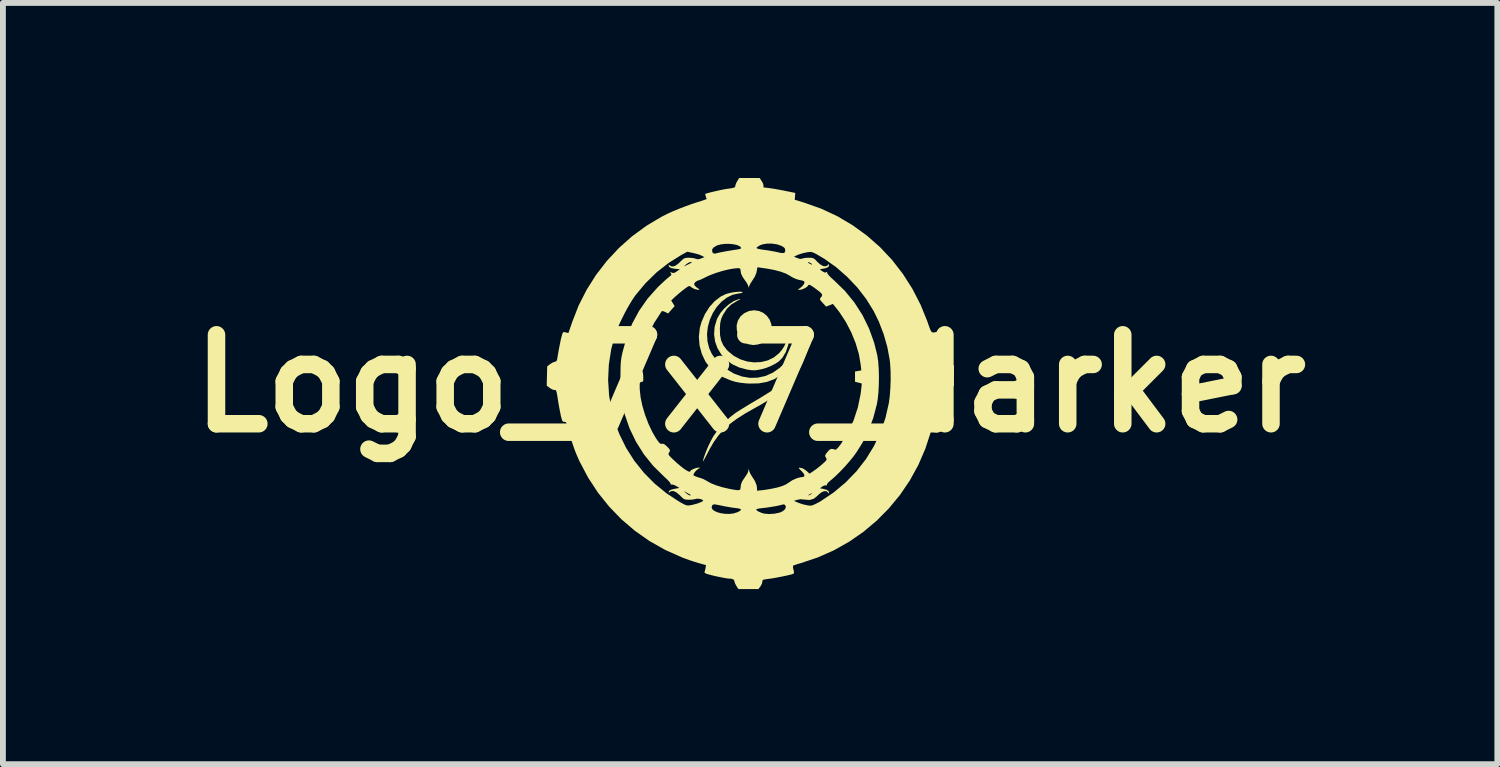
<source format=kicad_pcb>
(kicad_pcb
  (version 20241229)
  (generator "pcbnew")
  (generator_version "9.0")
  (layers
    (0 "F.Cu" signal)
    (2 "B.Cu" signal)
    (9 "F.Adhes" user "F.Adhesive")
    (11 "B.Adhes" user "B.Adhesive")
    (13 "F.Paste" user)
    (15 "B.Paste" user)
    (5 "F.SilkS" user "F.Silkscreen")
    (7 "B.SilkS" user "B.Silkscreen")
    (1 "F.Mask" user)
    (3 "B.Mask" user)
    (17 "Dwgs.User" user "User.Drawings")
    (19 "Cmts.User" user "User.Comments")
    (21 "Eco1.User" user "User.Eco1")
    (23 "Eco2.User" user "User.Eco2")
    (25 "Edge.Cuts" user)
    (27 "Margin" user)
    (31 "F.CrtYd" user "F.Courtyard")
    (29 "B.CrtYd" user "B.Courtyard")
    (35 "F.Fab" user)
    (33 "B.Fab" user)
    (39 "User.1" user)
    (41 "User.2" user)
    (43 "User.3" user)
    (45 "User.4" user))
  (footprint "Logo_7x7_darker"
    (layer "F.Cu")
    (at 9.804 3.522)
    (property "Reference" "Logo_7x7_darker" (at 0 0 0) (layer "F.SilkS") (effects (font (size 1.524 1.524) (thickness 0.3))))
    (attr board_only exclude_from_pos_files exclude_from_bom)
    (fp_poly (pts (xy 0.155 -1.242) (xy 0.23 -1.208) (xy 0.292 -1.155) (xy 0.338 -1.088) (xy 0.365 -1.011) (xy 0.37 -0.928) (xy 0.35 -0.843) (xy 0.338 -0.817) (xy 0.289 -0.752) (xy 0.221 -0.702) (xy 0.14 -0.67) (xy 0.055 -0.659) (xy -0.029 -0.673) (xy -0.037 -0.675) (xy -0.083 -0.7) (xy -0.131 -0.737) (xy -0.151 -0.757) (xy -0.202 -0.834) (xy -0.228 -0.917) (xy -0.23 -1.001) (xy -0.208 -1.08) (xy -0.164 -1.15) (xy -0.099 -1.206) (xy -0.018 -1.243) (xy 0.072 -1.255)) (stroke (width 0) (type solid)) (fill yes) (layer "F.SilkS"))
    (fp_poly (pts (xy 1.045 -0.81) (xy 1.039 -0.773) (xy 1.032 -0.742) (xy 0.972 -0.53) (xy 0.9 -0.348) (xy 0.837 -0.225) (xy 0.766 -0.114) (xy 0.684 -0.012) (xy 0.587 0.085) (xy 0.472 0.178) (xy 0.337 0.271) (xy 0.177 0.367) (xy 0.074 0.424) (xy -0.091 0.518) (xy -0.232 0.608) (xy -0.351 0.697) (xy -0.454 0.79) (xy -0.542 0.89) (xy -0.621 1) (xy -0.694 1.125) (xy -0.73 1.195) (xy -0.762 1.256) (xy -0.787 1.302) (xy -0.804 1.33) (xy -0.81 1.335) (xy -0.81 1.33) (xy -0.79 1.261) (xy -0.759 1.176) (xy -0.721 1.084) (xy -0.678 0.994) (xy -0.636 0.916) (xy -0.63 0.905) (xy -0.55 0.791) (xy -0.451 0.678) (xy -0.341 0.575) (xy -0.264 0.515) (xy -0.22 0.485) (xy -0.157 0.445) (xy -0.08 0.398) (xy 0.003 0.347) (xy 0.071 0.307) (xy 0.156 0.257) (xy 0.239 0.206) (xy 0.316 0.158) (xy 0.378 0.118) (xy 0.413 0.094) (xy 0.573 -0.038) (xy 0.715 -0.193) (xy 0.837 -0.367) (xy 0.937 -0.559) (xy 0.989 -0.691) (xy 1.014 -0.76) (xy 1.032 -0.804) (xy 1.042 -0.82)) (stroke (width 0) (type solid)) (fill yes) (layer "F.SilkS"))
    (fp_poly (pts (xy -0.174 -1.441) (xy -0.207 -1.423) (xy -0.218 -1.418) (xy -0.32 -1.356) (xy -0.398 -1.281) (xy -0.459 -1.186) (xy -0.464 -1.178) (xy -0.489 -1.123) (xy -0.504 -1.075) (xy -0.513 -1.023) (xy -0.517 -0.955) (xy -0.518 -0.944) (xy -0.515 -0.83) (xy -0.496 -0.735) (xy -0.457 -0.652) (xy -0.397 -0.574) (xy -0.377 -0.554) (xy -0.279 -0.474) (xy -0.169 -0.415) (xy -0.052 -0.378) (xy 0.069 -0.362) (xy 0.189 -0.368) (xy 0.303 -0.396) (xy 0.406 -0.446) (xy 0.495 -0.518) (xy 0.501 -0.525) (xy 0.547 -0.579) (xy 0.582 -0.633) (xy 0.613 -0.696) (xy 0.643 -0.778) (xy 0.649 -0.795) (xy 0.683 -0.899) (xy 0.675 -0.795) (xy 0.653 -0.658) (xy 0.613 -0.54) (xy 0.555 -0.443) (xy 0.498 -0.383) (xy 0.438 -0.342) (xy 0.361 -0.302) (xy 0.277 -0.268) (xy 0.198 -0.245) (xy 0.197 -0.245) (xy 0.129 -0.232) (xy 0.076 -0.226) (xy 0.024 -0.228) (xy -0.041 -0.237) (xy -0.052 -0.239) (xy -0.188 -0.275) (xy -0.309 -0.332) (xy -0.412 -0.408) (xy -0.496 -0.501) (xy -0.559 -0.605) (xy -0.6 -0.72) (xy -0.617 -0.842) (xy -0.608 -0.968) (xy -0.571 -1.095) (xy -0.559 -1.123) (xy -0.509 -1.208) (xy -0.441 -1.288) (xy -0.362 -1.358) (xy -0.279 -1.412) (xy -0.197 -1.444) (xy -0.186 -1.447) (xy -0.168 -1.449)) (stroke (width 0) (type solid)) (fill yes) (layer "F.SilkS"))
    (fp_poly (pts (xy -0.148 -1.572) (xy -0.129 -1.564) (xy -0.136 -1.554) (xy -0.169 -1.546) (xy -0.197 -1.543) (xy -0.302 -1.52) (xy -0.401 -1.471) (xy -0.492 -1.4) (xy -0.572 -1.311) (xy -0.639 -1.207) (xy -0.69 -1.093) (xy -0.724 -0.971) (xy -0.738 -0.846) (xy -0.73 -0.721) (xy -0.728 -0.713) (xy -0.7 -0.603) (xy -0.655 -0.506) (xy -0.59 -0.415) (xy -0.529 -0.349) (xy -0.407 -0.247) (xy -0.278 -0.171) (xy -0.143 -0.121) (xy -0.007 -0.097) (xy 0.129 -0.1) (xy 0.262 -0.129) (xy 0.389 -0.185) (xy 0.506 -0.267) (xy 0.572 -0.329) (xy 0.659 -0.437) (xy 0.73 -0.554) (xy 0.781 -0.676) (xy 0.81 -0.797) (xy 0.815 -0.907) (xy 0.814 -0.946) (xy 0.818 -0.966) (xy 0.823 -0.967) (xy 0.829 -0.947) (xy 0.836 -0.905) (xy 0.842 -0.849) (xy 0.843 -0.83) (xy 0.838 -0.675) (xy 0.805 -0.529) (xy 0.745 -0.393) (xy 0.657 -0.269) (xy 0.639 -0.248) (xy 0.534 -0.15) (xy 0.419 -0.077) (xy 0.291 -0.028) (xy 0.148 -0.002) (xy -0.012 0.001) (xy -0.067 -0.002) (xy -0.169 -0.013) (xy -0.257 -0.03) (xy -0.342 -0.057) (xy -0.436 -0.097) (xy -0.47 -0.112) (xy -0.549 -0.153) (xy -0.609 -0.192) (xy -0.658 -0.236) (xy -0.676 -0.255) (xy -0.765 -0.376) (xy -0.828 -0.509) (xy -0.866 -0.652) (xy -0.878 -0.8) (xy -0.862 -0.949) (xy -0.833 -1.054) (xy -0.773 -1.192) (xy -0.696 -1.312) (xy -0.605 -1.413) (xy -0.503 -1.49) (xy -0.417 -1.532) (xy -0.366 -1.547) (xy -0.306 -1.56) (xy -0.245 -1.569) (xy -0.19 -1.573)) (stroke (width 0) (type solid)) (fill yes) (layer "F.SilkS"))
    (fp_poly (pts (xy 0.201 -3.465) (xy 0.224 -3.422) (xy 0.23 -3.389) (xy 0.229 -3.384) (xy 0.229 -3.362) (xy 0.24 -3.359) (xy 0.279 -3.355) (xy 0.339 -3.347) (xy 0.415 -3.336) (xy 0.498 -3.321) (xy 0.582 -3.305) (xy 0.621 -3.297) (xy 0.774 -3.266) (xy 0.77 -3.207) (xy 0.765 -3.149) (xy 0.931 -3.098) (xy 1.221 -2.995) (xy 1.497 -2.866) (xy 1.757 -2.712) (xy 2 -2.536) (xy 2.226 -2.338) (xy 2.432 -2.119) (xy 2.617 -1.88) (xy 2.781 -1.623) (xy 2.922 -1.349) (xy 3.04 -1.058) (xy 3.048 -1.033) (xy 3.073 -0.962) (xy 3.092 -0.914) (xy 3.109 -0.887) (xy 3.128 -0.875) (xy 3.153 -0.875) (xy 3.186 -0.882) (xy 3.204 -0.885) (xy 3.218 -0.878) (xy 3.229 -0.857) (xy 3.242 -0.816) (xy 3.252 -0.776) (xy 3.27 -0.705) (xy 3.287 -0.628) (xy 3.299 -0.565) (xy 3.309 -0.505) (xy 3.318 -0.45) (xy 3.323 -0.419) (xy 3.333 -0.385) (xy 3.348 -0.376) (xy 3.353 -0.378) (xy 3.378 -0.375) (xy 3.415 -0.359) (xy 3.434 -0.347) (xy 3.493 -0.308) (xy 3.493 0.042) (xy 3.443 0.073) (xy 3.402 0.093) (xy 3.367 0.104) (xy 3.362 0.104) (xy 3.344 0.108) (xy 3.333 0.125) (xy 3.325 0.161) (xy 3.321 0.189) (xy 3.313 0.247) (xy 3.301 0.322) (xy 3.285 0.406) (xy 3.269 0.488) (xy 3.254 0.558) (xy 3.243 0.602) (xy 3.228 0.634) (xy 3.202 0.646) (xy 3.189 0.647) (xy 3.171 0.648) (xy 3.158 0.654) (xy 3.146 0.671) (xy 3.134 0.703) (xy 3.118 0.754) (xy 3.098 0.827) (xy 3.003 1.118) (xy 2.883 1.396) (xy 2.738 1.66) (xy 2.57 1.908) (xy 2.38 2.138) (xy 2.17 2.35) (xy 1.942 2.542) (xy 1.696 2.712) (xy 1.435 2.859) (xy 1.159 2.981) (xy 0.87 3.078) (xy 0.869 3.078) (xy 0.813 3.094) (xy 0.768 3.109) (xy 0.741 3.12) (xy 0.738 3.122) (xy 0.734 3.142) (xy 0.74 3.178) (xy 0.743 3.188) (xy 0.753 3.234) (xy 0.747 3.257) (xy 0.727 3.266) (xy 0.684 3.278) (xy 0.623 3.292) (xy 0.552 3.307) (xy 0.475 3.322) (xy 0.4 3.336) (xy 0.331 3.346) (xy 0.294 3.351) (xy 0.246 3.358) (xy 0.22 3.366) (xy 0.211 3.38) (xy 0.211 3.394) (xy 0.204 3.427) (xy 0.184 3.466) (xy 0.179 3.474) (xy 0.143 3.522) (xy -0.201 3.522) (xy -0.234 3.47) (xy -0.256 3.431) (xy -0.267 3.397) (xy -0.268 3.39) (xy -0.28 3.361) (xy -0.318 3.346) (xy -0.351 3.344) (xy -0.389 3.341) (xy -0.447 3.331) (xy -0.518 3.317) (xy -0.595 3.301) (xy -0.669 3.283) (xy -0.703 3.274) (xy -0.752 3.259) (xy -0.776 3.246) (xy -0.781 3.231) (xy -0.78 3.227) (xy -0.77 3.195) (xy -0.763 3.157) (xy -0.755 3.112) (xy -0.879 3.078) (xy -0.945 3.058) (xy -1.027 3.031) (xy -1.114 3) (xy -1.174 2.977) (xy -1.458 2.85) (xy -1.725 2.699) (xy -1.974 2.524) (xy -2.205 2.327) (xy -2.402 2.123) (xy -0.66 2.123) (xy -0.647 2.155) (xy -0.613 2.183) (xy -0.562 2.206) (xy -0.5 2.223) (xy -0.43 2.233) (xy -0.358 2.235) (xy -0.288 2.227) (xy -0.223 2.208) (xy -0.209 2.202) (xy -0.168 2.179) (xy -0.155 2.161) (xy -0.16 2.157) (xy 0.104 2.157) (xy 0.117 2.177) (xy 0.152 2.198) (xy 0.2 2.218) (xy 0.24 2.229) (xy 0.322 2.237) (xy 0.416 2.231) (xy 0.508 2.212) (xy 0.51 2.211) (xy 0.562 2.187) (xy 0.598 2.155) (xy 0.613 2.119) (xy 0.608 2.093) (xy 0.585 2.072) (xy 0.568 2.072) (xy 0.512 2.086) (xy 0.438 2.102) (xy 0.354 2.116) (xy 0.273 2.128) (xy 0.219 2.134) (xy 0.165 2.14) (xy 0.124 2.148) (xy 0.105 2.155) (xy 0.104 2.157) (xy -0.16 2.157) (xy -0.17 2.148) (xy -0.214 2.138) (xy -0.248 2.134) (xy -0.311 2.126) (xy -0.388 2.113) (xy -0.467 2.098) (xy -0.49 2.093) (xy -0.555 2.08) (xy -0.597 2.072) (xy -0.622 2.072) (xy -0.637 2.077) (xy -0.648 2.088) (xy -0.649 2.089) (xy -0.66 2.123) (xy -2.402 2.123) (xy -2.416 2.108) (xy -2.607 1.87) (xy -2.776 1.612) (xy -2.922 1.336) (xy -2.971 1.225) (xy -3.002 1.149) (xy -3.035 1.055) (xy -3.069 0.953) (xy -3.101 0.852) (xy -3.127 0.76) (xy -3.143 0.694) (xy -3.155 0.664) (xy -3.178 0.656) (xy -3.184 0.657) (xy -3.202 0.656) (xy -3.215 0.644) (xy -3.227 0.615) (xy -3.24 0.564) (xy -3.242 0.557) (xy -3.254 0.498) (xy -3.269 0.421) (xy -3.284 0.338) (xy -3.293 0.279) (xy -3.305 0.204) (xy -3.314 0.155) (xy -3.323 0.126) (xy -3.332 0.113) (xy -3.343 0.111) (xy -3.346 0.112) (xy -3.375 0.108) (xy -3.417 0.087) (xy -3.429 0.079) (xy -3.485 0.037) (xy -3.483 -0.058) (xy -2.433 -0.058) (xy -2.416 0.206) (xy -2.37 0.468) (xy -2.295 0.726) (xy -2.238 0.872) (xy -2.124 1.104) (xy -1.984 1.324) (xy -1.82 1.529) (xy -1.635 1.716) (xy -1.43 1.883) (xy -1.228 2.016) (xy -1.166 2.052) (xy -1.123 2.075) (xy -1.09 2.087) (xy -1.062 2.09) (xy -1.031 2.087) (xy -1.026 2.087) (xy -0.971 2.075) (xy -0.908 2.058) (xy -0.881 2.048) (xy -0.838 2.031) (xy -0.81 2.016) (xy -0.805 2.011) (xy 0.751 2.011) (xy 0.815 2.039) (xy 0.899 2.069) (xy 0.99 2.089) (xy 1.04 2.094) (xy 1.069 2.087) (xy 1.116 2.067) (xy 1.173 2.038) (xy 1.208 2.018) (xy 1.434 1.866) (xy 1.64 1.693) (xy 1.824 1.503) (xy 1.985 1.296) (xy 2.122 1.073) (xy 2.234 0.837) (xy 2.32 0.589) (xy 2.378 0.334) (xy 2.394 0.212) (xy 2.404 0.072) (xy 2.409 -0.075) (xy 2.407 -0.219) (xy 2.399 -0.349) (xy 2.392 -0.409) (xy 2.352 -0.624) (xy 2.289 -0.845) (xy 2.207 -1.059) (xy 2.118 -1.241) (xy 1.99 -1.448) (xy 1.837 -1.646) (xy 1.663 -1.829) (xy 1.473 -1.995) (xy 1.271 -2.138) (xy 1.164 -2.201) (xy 1.11 -2.231) (xy 1.072 -2.248) (xy 1.041 -2.255) (xy 1.009 -2.253) (xy 0.966 -2.247) (xy 0.904 -2.233) (xy 0.843 -2.214) (xy 0.814 -2.203) (xy 0.751 -2.174) (xy 0.808 -2.15) (xy 0.856 -2.135) (xy 0.889 -2.139) (xy 0.892 -2.14) (xy 0.922 -2.149) (xy 0.969 -2.154) (xy 1.004 -2.155) (xy 1.053 -2.154) (xy 1.085 -2.146) (xy 1.113 -2.127) (xy 1.147 -2.09) (xy 1.149 -2.088) (xy 1.201 -2.041) (xy 1.252 -2.013) (xy 1.296 -2.008) (xy 1.329 -2.025) (xy 1.333 -2.029) (xy 1.348 -2.048) (xy 1.352 -2.04) (xy 1.352 -2.025) (xy 1.344 -2) (xy 1.316 -1.984) (xy 1.297 -1.977) (xy 1.252 -1.967) (xy 1.216 -1.962) (xy 1.212 -1.962) (xy 1.198 -1.959) (xy 1.207 -1.947) (xy 1.234 -1.926) (xy 1.272 -1.904) (xy 1.296 -1.902) (xy 1.306 -1.907) (xy 1.32 -1.914) (xy 1.32 -1.899) (xy 1.33 -1.876) (xy 1.362 -1.839) (xy 1.416 -1.788) (xy 1.441 -1.766) (xy 1.625 -1.587) (xy 1.786 -1.39) (xy 1.924 -1.176) (xy 2.037 -0.946) (xy 2.125 -0.702) (xy 2.18 -0.482) (xy 2.195 -0.38) (xy 2.204 -0.256) (xy 2.208 -0.12) (xy 2.206 0.02) (xy 2.199 0.154) (xy 2.186 0.276) (xy 2.172 0.357) (xy 2.111 0.589) (xy 2.031 0.804) (xy 1.928 1.011) (xy 1.827 1.173) (xy 1.77 1.252) (xy 1.699 1.339) (xy 1.619 1.43) (xy 1.537 1.516) (xy 1.459 1.592) (xy 1.391 1.652) (xy 1.382 1.658) (xy 1.345 1.691) (xy 1.322 1.718) (xy 1.318 1.732) (xy 1.314 1.746) (xy 1.298 1.745) (xy 1.267 1.749) (xy 1.234 1.767) (xy 1.198 1.796) (xy 1.256 1.806) (xy 1.313 1.822) (xy 1.344 1.843) (xy 1.352 1.871) (xy 1.35 1.886) (xy 1.341 1.876) (xy 1.336 1.869) (xy 1.308 1.845) (xy 1.268 1.845) (xy 1.219 1.867) (xy 1.168 1.909) (xy 1.151 1.927) (xy 1.091 1.975) (xy 1.019 1.996) (xy 0.934 1.989) (xy 0.933 1.989) (xy 0.86 1.983) (xy 0.81 1.993) (xy 0.751 2.011) (xy -0.805 2.011) (xy -0.803 2.009) (xy -0.816 1.993) (xy -0.847 1.981) (xy -0.887 1.974) (xy -0.923 1.975) (xy -0.931 1.978) (xy -0.967 1.986) (xy -1.018 1.991) (xy -1.049 1.992) (xy -1.093 1.99) (xy -1.125 1.983) (xy -1.153 1.966) (xy -1.188 1.932) (xy -1.202 1.917) (xy -1.262 1.866) (xy -1.314 1.842) (xy -1.358 1.846) (xy -1.379 1.861) (xy -1.394 1.87) (xy -1.397 1.863) (xy -1.387 1.842) (xy -1.137 1.842) (xy -1.095 1.88) (xy -1.062 1.905) (xy -1.033 1.917) (xy -1.03 1.917) (xy -1.014 1.915) (xy 0.996 1.915) (xy 1.005 1.917) (xy 1.027 1.909) (xy 1.049 1.894) (xy 1.067 1.879) (xy 1.062 1.879) (xy 1.04 1.889) (xy 1.006 1.906) (xy 0.996 1.915) (xy -1.014 1.915) (xy -1.012 1.915) (xy -1.012 1.913) (xy -1.028 1.903) (xy -1.06 1.885) (xy -1.078 1.875) (xy -1.137 1.842) (xy -1.387 1.842) (xy -1.384 1.836) (xy -1.343 1.816) (xy -1.285 1.803) (xy -1.212 1.79) (xy -1.266 1.757) (xy -1.304 1.738) (xy -1.335 1.731) (xy -1.342 1.732) (xy -1.36 1.731) (xy -1.362 1.718) (xy -1.372 1.699) (xy -1.399 1.667) (xy -1.441 1.625) (xy -1.474 1.595) (xy -1.66 1.412) (xy -1.82 1.213) (xy -1.955 0.998) (xy -2.066 0.768) (xy -2.151 0.521) (xy -2.189 0.374) (xy -2.2 0.318) (xy -2.209 0.264) (xy -2.215 0.206) (xy -2.219 0.138) (xy -2.221 0.054) (xy -2.221 -0.053) (xy -2.222 -0.074) (xy -2.221 -0.184) (xy -2.22 -0.248) (xy -1.898 -0.248) (xy -1.892 -0.229) (xy -1.874 -0.221) (xy -1.869 -0.22) (xy -1.85 -0.215) (xy -1.84 -0.199) (xy -1.834 -0.167) (xy -1.831 -0.124) (xy -1.83 -0.073) (xy -1.832 -0.045) (xy -1.842 -0.032) (xy -1.86 -0.027) (xy -1.861 -0.027) (xy -1.878 -0.023) (xy -1.887 -0.013) (xy -1.892 0.01) (xy -1.892 0.052) (xy -1.891 0.1) (xy -1.877 0.234) (xy -1.846 0.382) (xy -1.8 0.537) (xy -1.742 0.689) (xy -1.675 0.832) (xy -1.615 0.935) (xy -1.579 0.987) (xy -1.555 1.018) (xy -1.535 1.032) (xy -1.517 1.034) (xy -1.512 1.033) (xy -1.486 1.033) (xy -1.455 1.051) (xy -1.421 1.083) (xy -1.388 1.118) (xy -1.374 1.14) (xy -1.375 1.158) (xy -1.386 1.179) (xy -1.397 1.198) (xy -1.398 1.215) (xy -1.385 1.236) (xy -1.356 1.267) (xy -1.333 1.289) (xy -1.26 1.357) (xy -1.192 1.415) (xy -1.132 1.462) (xy -1.082 1.494) (xy -1.047 1.511) (xy -1.028 1.51) (xy -1.026 1.503) (xy -1.013 1.487) (xy -0.981 1.469) (xy -0.941 1.453) (xy -0.903 1.443) (xy -0.89 1.442) (xy -0.855 1.442) (xy -0.894 1.467) (xy -0.931 1.498) (xy -0.956 1.531) (xy -0.971 1.56) (xy -0.967 1.575) (xy -0.945 1.587) (xy -0.907 1.602) (xy -0.859 1.617) (xy -0.851 1.619) (xy -0.8 1.638) (xy -0.747 1.666) (xy -0.734 1.674) (xy -0.667 1.711) (xy -0.578 1.746) (xy -0.474 1.778) (xy -0.361 1.804) (xy -0.353 1.806) (xy -0.276 1.82) (xy -0.223 1.827) (xy -0.189 1.827) (xy -0.172 1.819) (xy -0.165 1.802) (xy -0.163 1.784) (xy -0.157 1.732) (xy -0.137 1.679) (xy -0.098 1.619) (xy -0.083 1.598) (xy -0.053 1.553) (xy -0.033 1.511) (xy -0.028 1.489) (xy -0.027 1.465) (xy -0.023 1.467) (xy -0.016 1.496) (xy -0.015 1.497) (xy 0.001 1.54) (xy 0.029 1.587) (xy 0.036 1.598) (xy 0.082 1.67) (xy 0.111 1.742) (xy 0.119 1.795) (xy 0.119 1.837) (xy 0.227 1.826) (xy 0.295 1.816) (xy 0.375 1.802) (xy 0.453 1.785) (xy 0.464 1.783) (xy 0.551 1.757) (xy 0.617 1.728) (xy 0.658 1.701) (xy 0.723 1.658) (xy 0.794 1.626) (xy 0.86 1.607) (xy 0.887 1.605) (xy 0.922 1.597) (xy 0.932 1.575) (xy 0.918 1.542) (xy 0.88 1.499) (xy 0.847 1.466) (xy 0.835 1.449) (xy 0.841 1.442) (xy 0.849 1.442) (xy 0.904 1.455) (xy 0.965 1.496) (xy 0.981 1.51) (xy 1.019 1.545) (xy 1.093 1.495) (xy 1.145 1.458) (xy 1.204 1.411) (xy 1.244 1.376) (xy 1.285 1.339) (xy 1.306 1.315) (xy 1.311 1.297) (xy 1.305 1.28) (xy 1.299 1.27) (xy 1.287 1.248) (xy 1.287 1.229) (xy 1.302 1.203) (xy 1.325 1.174) (xy 1.36 1.135) (xy 1.391 1.12) (xy 1.428 1.124) (xy 1.457 1.135) (xy 1.475 1.13) (xy 1.503 1.104) (xy 1.543 1.054) (xy 1.557 1.035) (xy 1.676 0.843) (xy 1.773 0.634) (xy 1.846 0.412) (xy 1.894 0.18) (xy 1.907 0.071) (xy 1.914 0.000157) (xy 1.856 -0.015) (xy 1.798 -0.031) (xy 1.798 -0.205) (xy 1.852 -0.215) (xy 1.906 -0.225) (xy 1.895 -0.324) (xy 1.864 -0.504) (xy 1.809 -0.691) (xy 1.733 -0.878) (xy 1.639 -1.058) (xy 1.53 -1.224) (xy 1.481 -1.287) (xy 1.419 -1.364) (xy 1.361 -1.341) (xy 1.303 -1.318) (xy 1.245 -1.381) (xy 1.212 -1.417) (xy 1.198 -1.44) (xy 1.199 -1.457) (xy 1.208 -1.469) (xy 1.228 -1.495) (xy 1.235 -1.517) (xy 1.226 -1.539) (xy 1.198 -1.567) (xy 1.148 -1.606) (xy 1.14 -1.612) (xy 1.081 -1.655) (xy 1.041 -1.681) (xy 1.015 -1.692) (xy 1 -1.688) (xy 0.991 -1.674) (xy 0.971 -1.653) (xy 0.933 -1.631) (xy 0.889 -1.613) (xy 0.849 -1.605) (xy 0.845 -1.605) (xy 0.824 -1.607) (xy 0.825 -1.614) (xy 0.849 -1.63) (xy 0.856 -1.635) (xy 0.893 -1.666) (xy 0.921 -1.701) (xy 0.922 -1.703) (xy 0.933 -1.731) (xy 0.926 -1.751) (xy 0.897 -1.764) (xy 0.842 -1.775) (xy 0.837 -1.776) (xy 0.787 -1.791) (xy 0.728 -1.818) (xy 0.695 -1.838) (xy 0.618 -1.882) (xy 0.523 -1.917) (xy 0.407 -1.947) (xy 0.282 -1.97) (xy 0.22 -1.979) (xy 0.17 -1.986) (xy 0.138 -1.991) (xy 0.13 -1.991) (xy 0.122 -1.979) (xy 0.119 -1.954) (xy 0.108 -1.896) (xy 0.08 -1.829) (xy 0.037 -1.762) (xy 0.037 -1.762) (xy 0.009 -1.719) (xy -0.012 -1.677) (xy -0.015 -1.669) (xy -0.023 -1.644) (xy -0.027 -1.646) (xy -0.028 -1.66) (xy -0.038 -1.689) (xy -0.061 -1.73) (xy -0.083 -1.761) (xy -0.129 -1.828) (xy -0.155 -1.884) (xy -0.163 -1.936) (xy -0.163 -1.941) (xy -0.169 -1.967) (xy -0.191 -1.976) (xy -0.205 -1.977) (xy -0.283 -1.97) (xy -0.378 -1.953) (xy -0.484 -1.926) (xy -0.59 -1.893) (xy -0.689 -1.856) (xy -0.764 -1.821) (xy -0.814 -1.796) (xy -0.856 -1.777) (xy -0.88 -1.769) (xy -0.882 -1.768) (xy -0.905 -1.76) (xy -0.935 -1.741) (xy -0.958 -1.713) (xy -0.954 -1.684) (xy -0.923 -1.652) (xy -0.898 -1.634) (xy -0.871 -1.615) (xy -0.868 -1.607) (xy -0.886 -1.605) (xy -0.887 -1.605) (xy -0.948 -1.617) (xy -1.004 -1.647) (xy -1.016 -1.657) (xy -1.031 -1.669) (xy -1.047 -1.67) (xy -1.071 -1.658) (xy -1.109 -1.631) (xy -1.126 -1.618) (xy -1.183 -1.574) (xy -1.243 -1.523) (xy -1.282 -1.489) (xy -1.352 -1.423) (xy -1.323 -1.375) (xy -1.293 -1.327) (xy -1.349 -1.263) (xy -1.406 -1.2) (xy -1.455 -1.226) (xy -1.49 -1.239) (xy -1.512 -1.241) (xy -1.514 -1.239) (xy -1.646 -1.035) (xy -1.752 -0.818) (xy -1.832 -0.586) (xy -1.886 -0.341) (xy -1.894 -0.287) (xy -1.898 -0.248) (xy -2.22 -0.248) (xy -2.22 -0.27) (xy -2.217 -0.339) (xy -2.212 -0.397) (xy -2.204 -0.45) (xy -2.193 -0.505) (xy -2.187 -0.533) (xy -2.116 -0.788) (xy -2.021 -1.026) (xy -1.901 -1.248) (xy -1.756 -1.455) (xy -1.585 -1.647) (xy -1.542 -1.689) (xy -1.488 -1.739) (xy -1.438 -1.785) (xy -1.398 -1.819) (xy -1.376 -1.836) (xy -1.35 -1.859) (xy -1.351 -1.877) (xy -1.352 -1.878) (xy -1.367 -1.9) (xy -1.36 -1.908) (xy -1.34 -1.9) (xy -1.317 -1.893) (xy -1.29 -1.9) (xy -1.258 -1.92) (xy -1.203 -1.958) (xy -1.288 -1.966) (xy -1.349 -1.977) (xy -1.384 -1.996) (xy -1.397 -2.024) (xy -1.397 -2.028) (xy -1.389 -2.032) (xy -1.379 -2.024) (xy -1.341 -2.005) (xy -1.339 -2.005) (xy -1.137 -2.005) (xy -1.07 -2.037) (xy -1.03 -2.057) (xy -1.003 -2.071) (xy -0.999 -2.074) (xy 0.99 -2.074) (xy 1.009 -2.06) (xy 1.011 -2.058) (xy 1.044 -2.042) (xy 1.063 -2.037) (xy 1.061 -2.045) (xy 1.047 -2.058) (xy 1.015 -2.075) (xy 0.996 -2.08) (xy 0.99 -2.074) (xy -0.999 -2.074) (xy -0.997 -2.075) (xy -1.004 -2.08) (xy -1.022 -2.081) (xy -1.054 -2.071) (xy -1.09 -2.047) (xy -1.095 -2.043) (xy -1.137 -2.005) (xy -1.339 -2.005) (xy -1.293 -2.012) (xy -1.238 -2.047) (xy -1.202 -2.081) (xy -1.163 -2.12) (xy -1.134 -2.142) (xy -1.105 -2.152) (xy -1.066 -2.155) (xy -1.049 -2.155) (xy -0.995 -2.152) (xy -0.949 -2.144) (xy -0.931 -2.138) (xy -0.897 -2.129) (xy -0.858 -2.136) (xy -0.838 -2.144) (xy -0.782 -2.166) (xy -0.831 -2.191) (xy -0.871 -2.208) (xy -0.928 -2.225) (xy -0.978 -2.237) (xy -1.077 -2.258) (xy -1.174 -2.205) (xy -1.395 -2.067) (xy -1.603 -1.904) (xy -1.794 -1.717) (xy -1.968 -1.508) (xy -1.97 -1.505) (xy -2.023 -1.426) (xy -2.083 -1.327) (xy -2.144 -1.215) (xy -2.202 -1.1) (xy -2.254 -0.989) (xy -2.295 -0.889) (xy -2.31 -0.847) (xy -2.38 -0.587) (xy -2.421 -0.323) (xy -2.433 -0.058) (xy -3.483 -0.058) (xy -3.481 -0.129) (xy -3.477 -0.294) (xy -3.426 -0.333) (xy -3.388 -0.357) (xy -3.353 -0.371) (xy -3.345 -0.372) (xy -3.318 -0.384) (xy -3.309 -0.405) (xy -3.303 -0.434) (xy -3.295 -0.484) (xy -3.284 -0.546) (xy -3.278 -0.58) (xy -3.264 -0.653) (xy -3.249 -0.727) (xy -3.235 -0.788) (xy -3.23 -0.805) (xy -3.217 -0.852) (xy -3.206 -0.875) (xy -3.191 -0.882) (xy -3.167 -0.877) (xy -3.161 -0.876) (xy -3.129 -0.868) (xy -3.114 -0.866) (xy -3.113 -0.866) (xy -3.108 -0.881) (xy -3.095 -0.918) (xy -3.076 -0.973) (xy -3.053 -1.04) (xy -3.048 -1.055) (xy -2.938 -1.337) (xy -2.801 -1.606) (xy -2.64 -1.861) (xy -2.455 -2.1) (xy -2.276 -2.292) (xy -0.651 -2.292) (xy -0.647 -2.251) (xy -0.626 -2.227) (xy -0.591 -2.227) (xy -0.59 -2.228) (xy -0.561 -2.236) (xy -0.511 -2.247) (xy -0.45 -2.259) (xy -0.424 -2.264) (xy -0.354 -2.276) (xy -0.285 -2.287) (xy -0.23 -2.295) (xy -0.218 -2.297) (xy -0.173 -2.306) (xy -0.153 -2.318) (xy -0.152 -2.323) (xy 0.108 -2.323) (xy 0.119 -2.314) (xy 0.156 -2.304) (xy 0.215 -2.293) (xy 0.241 -2.29) (xy 0.314 -2.28) (xy 0.387 -2.267) (xy 0.447 -2.256) (xy 0.461 -2.252) (xy 0.526 -2.238) (xy 0.568 -2.235) (xy 0.591 -2.243) (xy 0.601 -2.264) (xy 0.602 -2.281) (xy 0.598 -2.31) (xy 0.582 -2.331) (xy 0.548 -2.353) (xy 0.531 -2.361) (xy 0.46 -2.385) (xy 0.376 -2.397) (xy 0.289 -2.397) (xy 0.212 -2.384) (xy 0.169 -2.368) (xy 0.133 -2.346) (xy 0.111 -2.328) (xy 0.108 -2.323) (xy -0.152 -2.323) (xy -0.152 -2.323) (xy -0.175 -2.351) (xy -0.221 -2.372) (xy -0.283 -2.386) (xy -0.355 -2.393) (xy -0.43 -2.393) (xy -0.501 -2.384) (xy -0.564 -2.367) (xy -0.58 -2.359) (xy -0.629 -2.328) (xy -0.651 -2.296) (xy -0.651 -2.292) (xy -2.276 -2.292) (xy -2.25 -2.32) (xy -2.025 -2.521) (xy -1.781 -2.7) (xy -1.522 -2.855) (xy -1.422 -2.906) (xy -1.334 -2.946) (xy -1.229 -2.99) (xy -1.118 -3.033) (xy -1.014 -3.071) (xy -0.988 -3.079) (xy -0.91 -3.105) (xy -0.841 -3.127) (xy -0.788 -3.145) (xy -0.755 -3.156) (xy -0.746 -3.159) (xy -0.748 -3.173) (xy -0.758 -3.203) (xy -0.768 -3.234) (xy -0.768 -3.249) (xy -0.751 -3.256) (xy -0.711 -3.267) (xy -0.656 -3.281) (xy -0.592 -3.296) (xy -0.526 -3.311) (xy -0.465 -3.324) (xy -0.415 -3.333) (xy -0.394 -3.336) (xy -0.328 -3.345) (xy -0.287 -3.353) (xy -0.264 -3.363) (xy -0.254 -3.375) (xy -0.253 -3.389) (xy -0.245 -3.42) (xy -0.225 -3.46) (xy -0.219 -3.47) (xy -0.186 -3.522) (xy -0.011 -3.522) (xy 0.163 -3.522)) (stroke (width 0) (type solid)) (fill yes) (layer "F.SilkS")))
  (gr_rect
    (start -3 -3)
    (end 22.609 10.045)
    (stroke (width 0.1) (type default))
    (fill no)
    (layer "Edge.Cuts")))
</source>
